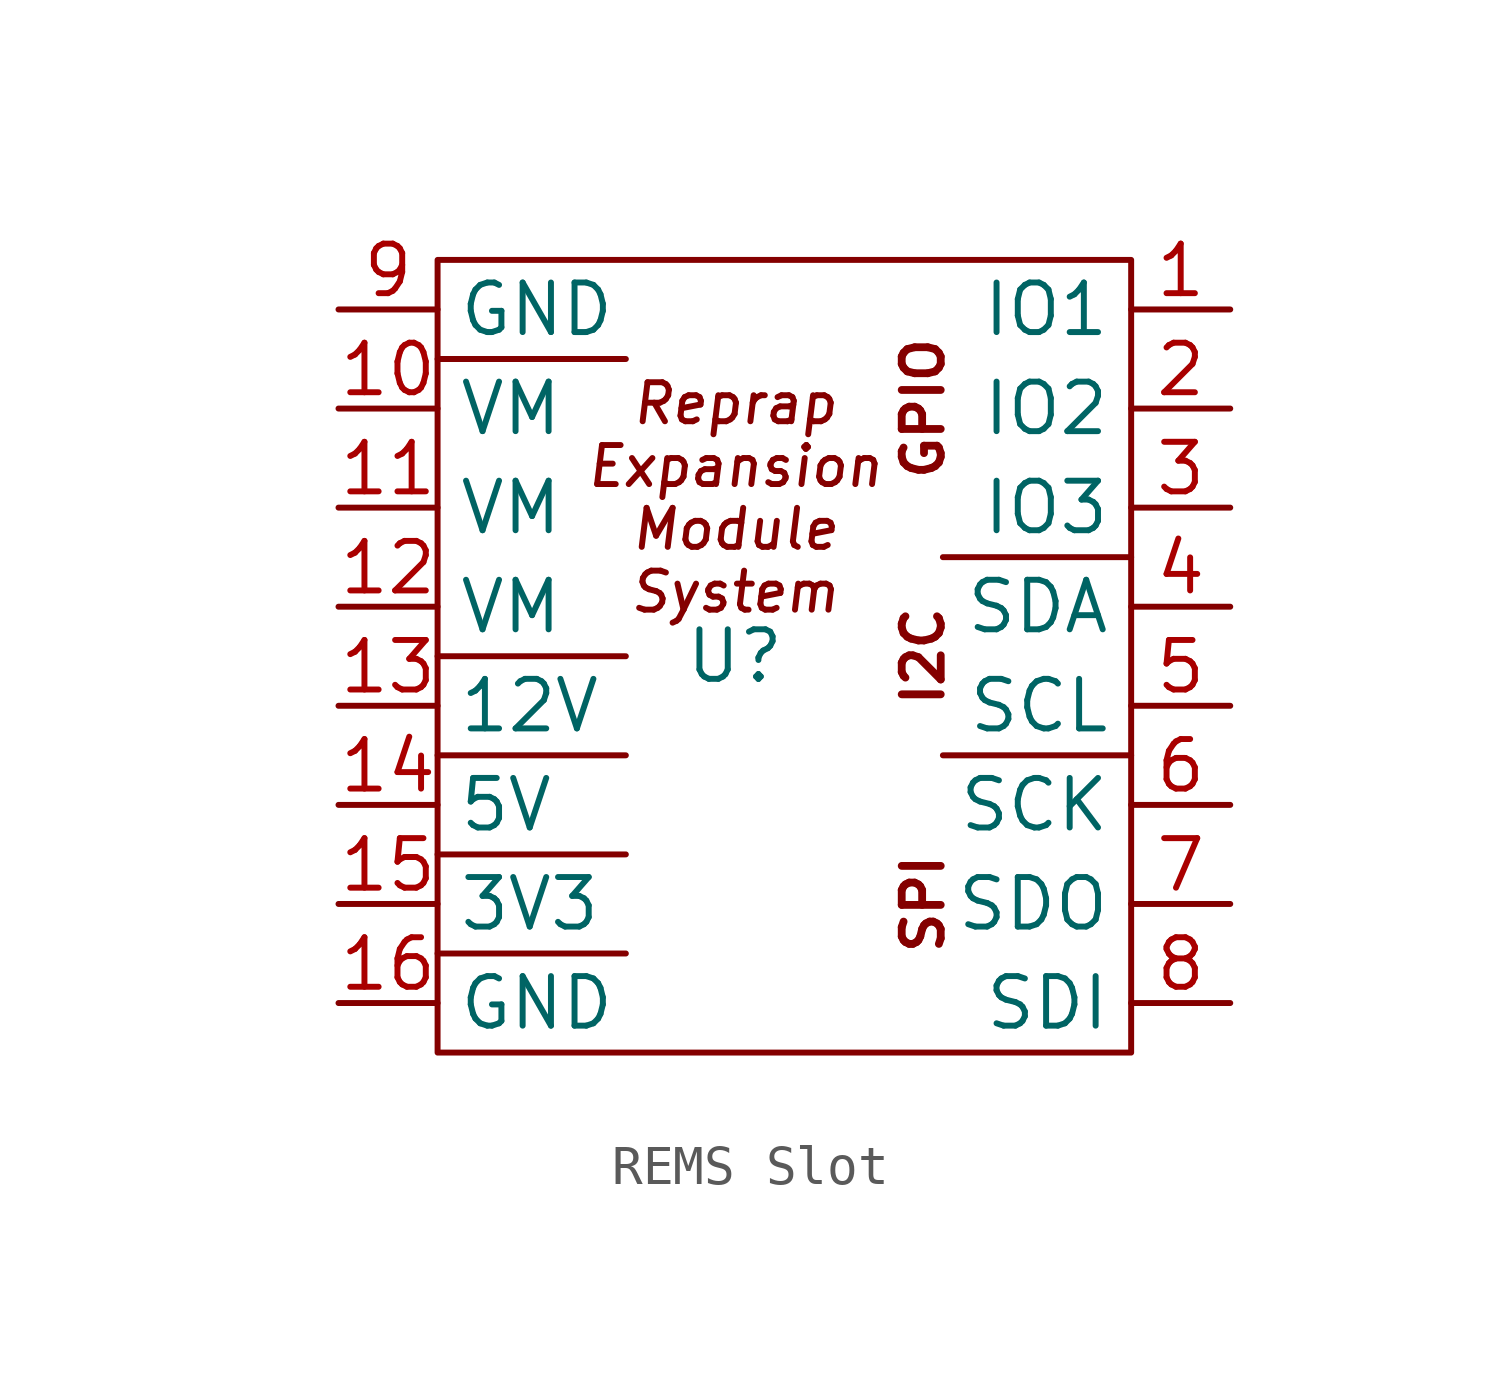
<source format=kicad_sym>
(kicad_symbol_lib
  (version 20231120)
  (generator "kicad_symbol_editor")
  (generator_version "8.0")
  (symbol "REMS Slot"
    (property "Reference" "U"
      (at -1.27 0 0)
      (do_not_autoplace)
      (effects (font (size 1.27 1.27))))
    (property "Value" ""
      (at -13.335 -9.525 0)
      (effects (font (size 1.27 1.27))))
    (symbol "REMS Slot_1_1"
      (rectangle (start -8.89 10.16) (end 8.89 -10.16) (stroke (width 0) (type default)) (fill (type none)))
      (polyline (pts (xy -8.89 -7.62) (xy -4.064 -7.62)) (stroke (width 0) (type default)) (fill (type none)))
      (polyline (pts (xy -8.89 -5.08) (xy -4.064 -5.08)) (stroke (width 0) (type default)) (fill (type none)))
      (polyline (pts (xy -8.89 -2.54) (xy -4.064 -2.54)) (stroke (width 0) (type default)) (fill (type none)))
      (polyline (pts (xy -8.89 0) (xy -4.064 0)) (stroke (width 0) (type default)) (fill (type none)))
      (polyline (pts (xy -8.89 7.62) (xy -4.064 7.62)) (stroke (width 0) (type default)) (fill (type none)))
      (polyline (pts (xy 4.064 -2.54) (xy 8.89 -2.54)) (stroke (width 0) (type default)) (fill (type none)))
      (polyline (pts (xy 4.064 2.54) (xy 8.89 2.54)) (stroke (width 0) (type default)) (fill (type none)))
      (text "GPIO" (at 3.556 6.35 900) (effects (font (size 1 1) (bold yes))))
      (text "I2C" (at 3.556 0 900) (effects (font (size 1 1) (bold yes))))
      (text "Reprap\nExpansion\nModule\nSystem" (at -1.27 4.064 0) (effects (font (size 1 1) (italic yes))))
      (text "SPI" (at 3.556 -6.35 900) (effects (font (size 1 1) (bold yes))))
      (pin input line (at 11.43 8.89 180) (length 2.54) (name "IO1" (effects (font (size 1.27 1.27)))) (number "1" (effects (font (size 1.27 1.27)))))
      (pin input line (at -11.43 6.35 0) (length 2.54) (name "VM" (effects (font (size 1.27 1.27)))) (number "10" (effects (font (size 1.27 1.27)))))
      (pin input line (at -11.43 3.81 0) (length 2.54) (name "VM" (effects (font (size 1.27 1.27)))) (number "11" (effects (font (size 1.27 1.27)))))
      (pin input line (at -11.43 1.27 0) (length 2.54) (name "VM" (effects (font (size 1.27 1.27)))) (number "12" (effects (font (size 1.27 1.27)))))
      (pin input line (at -11.43 -1.27 0) (length 2.54) (name "12V" (effects (font (size 1.27 1.27)))) (number "13" (effects (font (size 1.27 1.27)))))
      (pin input line (at -11.43 -3.81 0) (length 2.54) (name "5V" (effects (font (size 1.27 1.27)))) (number "14" (effects (font (size 1.27 1.27)))))
      (pin input line (at -11.43 -6.35 0) (length 2.54) (name "3V3" (effects (font (size 1.27 1.27)))) (number "15" (effects (font (size 1.27 1.27)))))
      (pin input line (at -11.43 -8.89 0) (length 2.54) (name "GND" (effects (font (size 1.27 1.27)))) (number "16" (effects (font (size 1.27 1.27)))))
      (pin input line (at 11.43 6.35 180) (length 2.54) (name "IO2" (effects (font (size 1.27 1.27)))) (number "2" (effects (font (size 1.27 1.27)))))
      (pin input line (at 11.43 3.81 180) (length 2.54) (name "IO3" (effects (font (size 1.27 1.27)))) (number "3" (effects (font (size 1.27 1.27)))))
      (pin input line (at 11.43 1.27 180) (length 2.54) (name "SDA" (effects (font (size 1.27 1.27)))) (number "4" (effects (font (size 1.27 1.27)))))
      (pin input line (at 11.43 -1.27 180) (length 2.54) (name "SCL" (effects (font (size 1.27 1.27)))) (number "5" (effects (font (size 1.27 1.27)))))
      (pin input line (at 11.43 -3.81 180) (length 2.54) (name "SCK" (effects (font (size 1.27 1.27)))) (number "6" (effects (font (size 1.27 1.27)))))
      (pin input line (at 11.43 -6.35 180) (length 2.54) (name "SDO" (effects (font (size 1.27 1.27)))) (number "7" (effects (font (size 1.27 1.27)))))
      (pin input line (at 11.43 -8.89 180) (length 2.54) (name "SDI" (effects (font (size 1.27 1.27)))) (number "8" (effects (font (size 1.27 1.27)))))
      (pin input line (at -11.43 8.89 0) (length 2.54) (name "GND" (effects (font (size 1.27 1.27)))) (number "9" (effects (font (size 1.27 1.27))))))))
</source>
